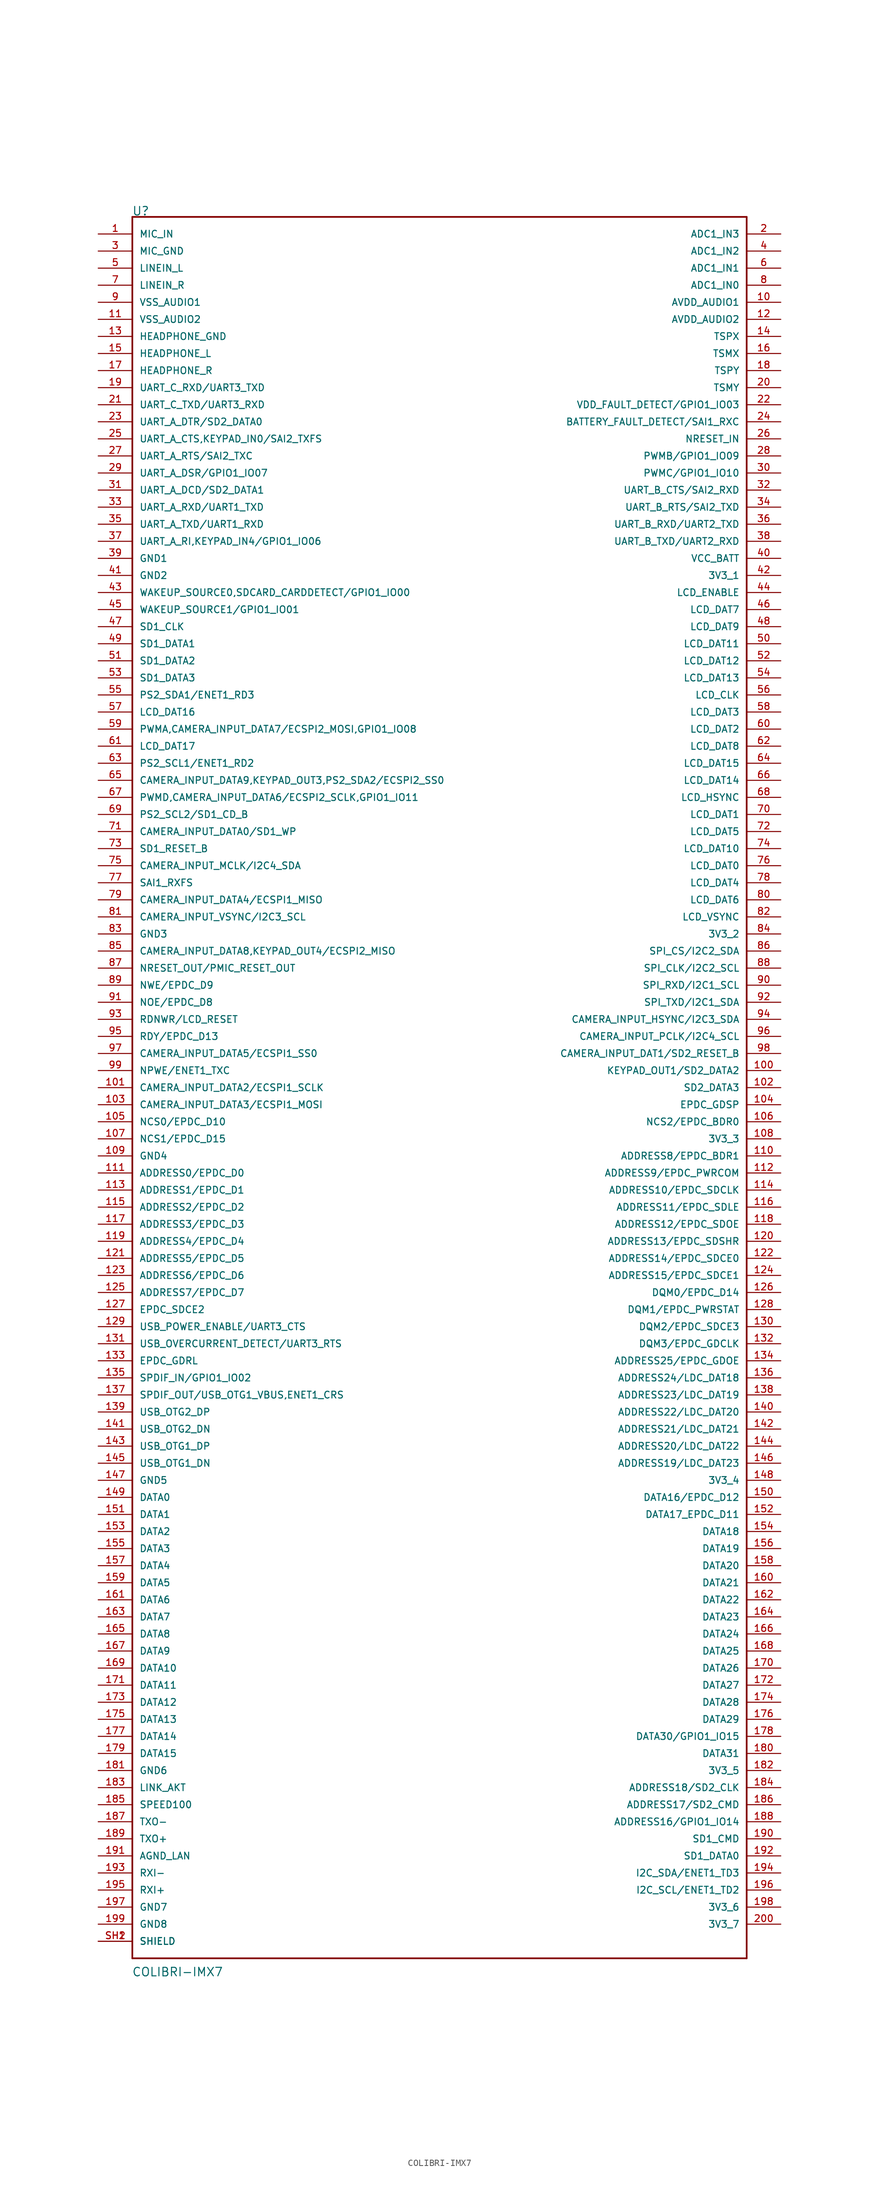
<source format=kicad_sym>
(kicad_symbol_lib
  (version 20201005)
  (generator kicad_symbol_editor)
  (symbol "goyman:COLIBRI-IMX7"
    (pin_names
      (offset 1.016))
    (property "Reference" "U"
      (at -45.771 129.667 0)
      (effects (font (size 1.27 1.27)) (justify left bottom)))
    (property "Value" "COLIBRI-IMX7"
      (at -45.796 -132.309 0)
      (effects (font (size 1.27 1.27)) (justify left bottom)))
    (property "ki_locked" ""
      (at 0 0 0)
      (effects (font (size 1.27 1.27))))
    (symbol "COLIBRI-IMX7_0_0"
      (polyline (pts (xy -45.72 -129.54) (xy -45.72 129.54)) (stroke (width 0.254)) (fill (type none)))
      (polyline (pts (xy -45.72 129.54) (xy 45.72 129.54)) (stroke (width 0.254)) (fill (type none)))
      (polyline (pts (xy 45.72 -129.54) (xy -45.72 -129.54)) (stroke (width 0.254)) (fill (type none)))
      (polyline (pts (xy 45.72 129.54) (xy 45.72 -129.54)) (stroke (width 0.254)) (fill (type none)))
      (pin passive line (at -50.8 127 0) (length 5.08) (name "MIC_IN" (effects (font (size 1.016 1.016)))) (number "1" (effects (font (size 1.016 1.016)))))
      (pin passive line (at 50.8 116.84 180) (length 5.08) (name "AVDD_AUDIO1" (effects (font (size 1.016 1.016)))) (number "10" (effects (font (size 1.016 1.016)))))
      (pin passive line (at 50.8 2.54 180) (length 5.08) (name "KEYPAD_OUT1/SD2_DATA2" (effects (font (size 1.016 1.016)))) (number "100" (effects (font (size 1.016 1.016)))))
      (pin passive line (at -50.8 0 0) (length 5.08) (name "CAMERA_INPUT_DATA2/ECSPI1_SCLK" (effects (font (size 1.016 1.016)))) (number "101" (effects (font (size 1.016 1.016)))))
      (pin passive line (at 50.8 0 180) (length 5.08) (name "SD2_DATA3" (effects (font (size 1.016 1.016)))) (number "102" (effects (font (size 1.016 1.016)))))
      (pin passive line (at -50.8 -2.54 0) (length 5.08) (name "CAMERA_INPUT_DATA3/ECSPI1_MOSI" (effects (font (size 1.016 1.016)))) (number "103" (effects (font (size 1.016 1.016)))))
      (pin passive line (at 50.8 -2.54 180) (length 5.08) (name "EPDC_GDSP" (effects (font (size 1.016 1.016)))) (number "104" (effects (font (size 1.016 1.016)))))
      (pin passive line (at -50.8 -5.08 0) (length 5.08) (name "NCS0/EPDC_D10" (effects (font (size 1.016 1.016)))) (number "105" (effects (font (size 1.016 1.016)))))
      (pin passive line (at 50.8 -5.08 180) (length 5.08) (name "NCS2/EPDC_BDR0" (effects (font (size 1.016 1.016)))) (number "106" (effects (font (size 1.016 1.016)))))
      (pin passive line (at -50.8 -7.62 0) (length 5.08) (name "NCS1/EPDC_D15" (effects (font (size 1.016 1.016)))) (number "107" (effects (font (size 1.016 1.016)))))
      (pin passive line (at 50.8 -7.62 180) (length 5.08) (name "3V3_3" (effects (font (size 1.016 1.016)))) (number "108" (effects (font (size 1.016 1.016)))))
      (pin passive line (at -50.8 -10.16 0) (length 5.08) (name "GND4" (effects (font (size 1.016 1.016)))) (number "109" (effects (font (size 1.016 1.016)))))
      (pin passive line (at -50.8 114.3 0) (length 5.08) (name "VSS_AUDIO2" (effects (font (size 1.016 1.016)))) (number "11" (effects (font (size 1.016 1.016)))))
      (pin passive line (at 50.8 -10.16 180) (length 5.08) (name "ADDRESS8/EPDC_BDR1" (effects (font (size 1.016 1.016)))) (number "110" (effects (font (size 1.016 1.016)))))
      (pin passive line (at -50.8 -12.7 0) (length 5.08) (name "ADDRESS0/EPDC_D0" (effects (font (size 1.016 1.016)))) (number "111" (effects (font (size 1.016 1.016)))))
      (pin passive line (at 50.8 -12.7 180) (length 5.08) (name "ADDRESS9/EPDC_PWRCOM" (effects (font (size 1.016 1.016)))) (number "112" (effects (font (size 1.016 1.016)))))
      (pin passive line (at -50.8 -15.24 0) (length 5.08) (name "ADDRESS1/EPDC_D1" (effects (font (size 1.016 1.016)))) (number "113" (effects (font (size 1.016 1.016)))))
      (pin passive line (at 50.8 -15.24 180) (length 5.08) (name "ADDRESS10/EPDC_SDCLK" (effects (font (size 1.016 1.016)))) (number "114" (effects (font (size 1.016 1.016)))))
      (pin passive line (at -50.8 -17.78 0) (length 5.08) (name "ADDRESS2/EPDC_D2" (effects (font (size 1.016 1.016)))) (number "115" (effects (font (size 1.016 1.016)))))
      (pin passive line (at 50.8 -17.78 180) (length 5.08) (name "ADDRESS11/EPDC_SDLE" (effects (font (size 1.016 1.016)))) (number "116" (effects (font (size 1.016 1.016)))))
      (pin passive line (at -50.8 -20.32 0) (length 5.08) (name "ADDRESS3/EPDC_D3" (effects (font (size 1.016 1.016)))) (number "117" (effects (font (size 1.016 1.016)))))
      (pin passive line (at 50.8 -20.32 180) (length 5.08) (name "ADDRESS12/EPDC_SDOE" (effects (font (size 1.016 1.016)))) (number "118" (effects (font (size 1.016 1.016)))))
      (pin passive line (at -50.8 -22.86 0) (length 5.08) (name "ADDRESS4/EPDC_D4" (effects (font (size 1.016 1.016)))) (number "119" (effects (font (size 1.016 1.016)))))
      (pin passive line (at 50.8 114.3 180) (length 5.08) (name "AVDD_AUDIO2" (effects (font (size 1.016 1.016)))) (number "12" (effects (font (size 1.016 1.016)))))
      (pin passive line (at 50.8 -22.86 180) (length 5.08) (name "ADDRESS13/EPDC_SDSHR" (effects (font (size 1.016 1.016)))) (number "120" (effects (font (size 1.016 1.016)))))
      (pin passive line (at -50.8 -25.4 0) (length 5.08) (name "ADDRESS5/EPDC_D5" (effects (font (size 1.016 1.016)))) (number "121" (effects (font (size 1.016 1.016)))))
      (pin passive line (at 50.8 -25.4 180) (length 5.08) (name "ADDRESS14/EPDC_SDCE0" (effects (font (size 1.016 1.016)))) (number "122" (effects (font (size 1.016 1.016)))))
      (pin passive line (at -50.8 -27.94 0) (length 5.08) (name "ADDRESS6/EPDC_D6" (effects (font (size 1.016 1.016)))) (number "123" (effects (font (size 1.016 1.016)))))
      (pin passive line (at 50.8 -27.94 180) (length 5.08) (name "ADDRESS15/EPDC_SDCE1" (effects (font (size 1.016 1.016)))) (number "124" (effects (font (size 1.016 1.016)))))
      (pin passive line (at -50.8 -30.48 0) (length 5.08) (name "ADDRESS7/EPDC_D7" (effects (font (size 1.016 1.016)))) (number "125" (effects (font (size 1.016 1.016)))))
      (pin passive line (at 50.8 -30.48 180) (length 5.08) (name "DQM0/EPDC_D14" (effects (font (size 1.016 1.016)))) (number "126" (effects (font (size 1.016 1.016)))))
      (pin passive line (at -50.8 -33.02 0) (length 5.08) (name "EPDC_SDCE2" (effects (font (size 1.016 1.016)))) (number "127" (effects (font (size 1.016 1.016)))))
      (pin passive line (at 50.8 -33.02 180) (length 5.08) (name "DQM1/EPDC_PWRSTAT" (effects (font (size 1.016 1.016)))) (number "128" (effects (font (size 1.016 1.016)))))
      (pin passive line (at -50.8 -35.56 0) (length 5.08) (name "USB_POWER_ENABLE/UART3_CTS" (effects (font (size 1.016 1.016)))) (number "129" (effects (font (size 1.016 1.016)))))
      (pin passive line (at -50.8 111.76 0) (length 5.08) (name "HEADPHONE_GND" (effects (font (size 1.016 1.016)))) (number "13" (effects (font (size 1.016 1.016)))))
      (pin passive line (at 50.8 -35.56 180) (length 5.08) (name "DQM2/EPDC_SDCE3" (effects (font (size 1.016 1.016)))) (number "130" (effects (font (size 1.016 1.016)))))
      (pin passive line (at -50.8 -38.1 0) (length 5.08) (name "USB_OVERCURRENT_DETECT/UART3_RTS" (effects (font (size 1.016 1.016)))) (number "131" (effects (font (size 1.016 1.016)))))
      (pin passive line (at 50.8 -38.1 180) (length 5.08) (name "DQM3/EPDC_GDCLK" (effects (font (size 1.016 1.016)))) (number "132" (effects (font (size 1.016 1.016)))))
      (pin passive line (at -50.8 -40.64 0) (length 5.08) (name "EPDC_GDRL" (effects (font (size 1.016 1.016)))) (number "133" (effects (font (size 1.016 1.016)))))
      (pin passive line (at 50.8 -40.64 180) (length 5.08) (name "ADDRESS25/EPDC_GDOE" (effects (font (size 1.016 1.016)))) (number "134" (effects (font (size 1.016 1.016)))))
      (pin passive line (at -50.8 -43.18 0) (length 5.08) (name "SPDIF_IN/GPIO1_IO02" (effects (font (size 1.016 1.016)))) (number "135" (effects (font (size 1.016 1.016)))))
      (pin passive line (at 50.8 -43.18 180) (length 5.08) (name "ADDRESS24/LDC_DAT18" (effects (font (size 1.016 1.016)))) (number "136" (effects (font (size 1.016 1.016)))))
      (pin passive line (at -50.8 -45.72 0) (length 5.08) (name "SPDIF_OUT/USB_OTG1_VBUS,ENET1_CRS" (effects (font (size 1.016 1.016)))) (number "137" (effects (font (size 1.016 1.016)))))
      (pin passive line (at 50.8 -45.72 180) (length 5.08) (name "ADDRESS23/LDC_DAT19" (effects (font (size 1.016 1.016)))) (number "138" (effects (font (size 1.016 1.016)))))
      (pin passive line (at -50.8 -48.26 0) (length 5.08) (name "USB_OTG2_DP" (effects (font (size 1.016 1.016)))) (number "139" (effects (font (size 1.016 1.016)))))
      (pin passive line (at 50.8 111.76 180) (length 5.08) (name "TSPX" (effects (font (size 1.016 1.016)))) (number "14" (effects (font (size 1.016 1.016)))))
      (pin passive line (at 50.8 -48.26 180) (length 5.08) (name "ADDRESS22/LDC_DAT20" (effects (font (size 1.016 1.016)))) (number "140" (effects (font (size 1.016 1.016)))))
      (pin passive line (at -50.8 -50.8 0) (length 5.08) (name "USB_OTG2_DN" (effects (font (size 1.016 1.016)))) (number "141" (effects (font (size 1.016 1.016)))))
      (pin passive line (at 50.8 -50.8 180) (length 5.08) (name "ADDRESS21/LDC_DAT21" (effects (font (size 1.016 1.016)))) (number "142" (effects (font (size 1.016 1.016)))))
      (pin passive line (at -50.8 -53.34 0) (length 5.08) (name "USB_OTG1_DP" (effects (font (size 1.016 1.016)))) (number "143" (effects (font (size 1.016 1.016)))))
      (pin passive line (at 50.8 -53.34 180) (length 5.08) (name "ADDRESS20/LDC_DAT22" (effects (font (size 1.016 1.016)))) (number "144" (effects (font (size 1.016 1.016)))))
      (pin passive line (at -50.8 -55.88 0) (length 5.08) (name "USB_OTG1_DN" (effects (font (size 1.016 1.016)))) (number "145" (effects (font (size 1.016 1.016)))))
      (pin passive line (at 50.8 -55.88 180) (length 5.08) (name "ADDRESS19/LDC_DAT23" (effects (font (size 1.016 1.016)))) (number "146" (effects (font (size 1.016 1.016)))))
      (pin passive line (at -50.8 -58.42 0) (length 5.08) (name "GND5" (effects (font (size 1.016 1.016)))) (number "147" (effects (font (size 1.016 1.016)))))
      (pin passive line (at 50.8 -58.42 180) (length 5.08) (name "3V3_4" (effects (font (size 1.016 1.016)))) (number "148" (effects (font (size 1.016 1.016)))))
      (pin passive line (at -50.8 -60.96 0) (length 5.08) (name "DATA0" (effects (font (size 1.016 1.016)))) (number "149" (effects (font (size 1.016 1.016)))))
      (pin passive line (at -50.8 109.22 0) (length 5.08) (name "HEADPHONE_L" (effects (font (size 1.016 1.016)))) (number "15" (effects (font (size 1.016 1.016)))))
      (pin passive line (at 50.8 -60.96 180) (length 5.08) (name "DATA16/EPDC_D12" (effects (font (size 1.016 1.016)))) (number "150" (effects (font (size 1.016 1.016)))))
      (pin passive line (at -50.8 -63.5 0) (length 5.08) (name "DATA1" (effects (font (size 1.016 1.016)))) (number "151" (effects (font (size 1.016 1.016)))))
      (pin passive line (at 50.8 -63.5 180) (length 5.08) (name "DATA17_EPDC_D11" (effects (font (size 1.016 1.016)))) (number "152" (effects (font (size 1.016 1.016)))))
      (pin passive line (at -50.8 -66.04 0) (length 5.08) (name "DATA2" (effects (font (size 1.016 1.016)))) (number "153" (effects (font (size 1.016 1.016)))))
      (pin passive line (at 50.8 -66.04 180) (length 5.08) (name "DATA18" (effects (font (size 1.016 1.016)))) (number "154" (effects (font (size 1.016 1.016)))))
      (pin passive line (at -50.8 -68.58 0) (length 5.08) (name "DATA3" (effects (font (size 1.016 1.016)))) (number "155" (effects (font (size 1.016 1.016)))))
      (pin passive line (at 50.8 -68.58 180) (length 5.08) (name "DATA19" (effects (font (size 1.016 1.016)))) (number "156" (effects (font (size 1.016 1.016)))))
      (pin passive line (at -50.8 -71.12 0) (length 5.08) (name "DATA4" (effects (font (size 1.016 1.016)))) (number "157" (effects (font (size 1.016 1.016)))))
      (pin passive line (at 50.8 -71.12 180) (length 5.08) (name "DATA20" (effects (font (size 1.016 1.016)))) (number "158" (effects (font (size 1.016 1.016)))))
      (pin passive line (at -50.8 -73.66 0) (length 5.08) (name "DATA5" (effects (font (size 1.016 1.016)))) (number "159" (effects (font (size 1.016 1.016)))))
      (pin passive line (at 50.8 109.22 180) (length 5.08) (name "TSMX" (effects (font (size 1.016 1.016)))) (number "16" (effects (font (size 1.016 1.016)))))
      (pin passive line (at 50.8 -73.66 180) (length 5.08) (name "DATA21" (effects (font (size 1.016 1.016)))) (number "160" (effects (font (size 1.016 1.016)))))
      (pin passive line (at -50.8 -76.2 0) (length 5.08) (name "DATA6" (effects (font (size 1.016 1.016)))) (number "161" (effects (font (size 1.016 1.016)))))
      (pin passive line (at 50.8 -76.2 180) (length 5.08) (name "DATA22" (effects (font (size 1.016 1.016)))) (number "162" (effects (font (size 1.016 1.016)))))
      (pin passive line (at -50.8 -78.74 0) (length 5.08) (name "DATA7" (effects (font (size 1.016 1.016)))) (number "163" (effects (font (size 1.016 1.016)))))
      (pin passive line (at 50.8 -78.74 180) (length 5.08) (name "DATA23" (effects (font (size 1.016 1.016)))) (number "164" (effects (font (size 1.016 1.016)))))
      (pin passive line (at -50.8 -81.28 0) (length 5.08) (name "DATA8" (effects (font (size 1.016 1.016)))) (number "165" (effects (font (size 1.016 1.016)))))
      (pin passive line (at 50.8 -81.28 180) (length 5.08) (name "DATA24" (effects (font (size 1.016 1.016)))) (number "166" (effects (font (size 1.016 1.016)))))
      (pin passive line (at -50.8 -83.82 0) (length 5.08) (name "DATA9" (effects (font (size 1.016 1.016)))) (number "167" (effects (font (size 1.016 1.016)))))
      (pin passive line (at 50.8 -83.82 180) (length 5.08) (name "DATA25" (effects (font (size 1.016 1.016)))) (number "168" (effects (font (size 1.016 1.016)))))
      (pin passive line (at -50.8 -86.36 0) (length 5.08) (name "DATA10" (effects (font (size 1.016 1.016)))) (number "169" (effects (font (size 1.016 1.016)))))
      (pin passive line (at -50.8 106.68 0) (length 5.08) (name "HEADPHONE_R" (effects (font (size 1.016 1.016)))) (number "17" (effects (font (size 1.016 1.016)))))
      (pin passive line (at 50.8 -86.36 180) (length 5.08) (name "DATA26" (effects (font (size 1.016 1.016)))) (number "170" (effects (font (size 1.016 1.016)))))
      (pin passive line (at -50.8 -88.9 0) (length 5.08) (name "DATA11" (effects (font (size 1.016 1.016)))) (number "171" (effects (font (size 1.016 1.016)))))
      (pin passive line (at 50.8 -88.9 180) (length 5.08) (name "DATA27" (effects (font (size 1.016 1.016)))) (number "172" (effects (font (size 1.016 1.016)))))
      (pin passive line (at -50.8 -91.44 0) (length 5.08) (name "DATA12" (effects (font (size 1.016 1.016)))) (number "173" (effects (font (size 1.016 1.016)))))
      (pin passive line (at 50.8 -91.44 180) (length 5.08) (name "DATA28" (effects (font (size 1.016 1.016)))) (number "174" (effects (font (size 1.016 1.016)))))
      (pin passive line (at -50.8 -93.98 0) (length 5.08) (name "DATA13" (effects (font (size 1.016 1.016)))) (number "175" (effects (font (size 1.016 1.016)))))
      (pin passive line (at 50.8 -93.98 180) (length 5.08) (name "DATA29" (effects (font (size 1.016 1.016)))) (number "176" (effects (font (size 1.016 1.016)))))
      (pin passive line (at -50.8 -96.52 0) (length 5.08) (name "DATA14" (effects (font (size 1.016 1.016)))) (number "177" (effects (font (size 1.016 1.016)))))
      (pin passive line (at 50.8 -96.52 180) (length 5.08) (name "DATA30/GPIO1_IO15" (effects (font (size 1.016 1.016)))) (number "178" (effects (font (size 1.016 1.016)))))
      (pin passive line (at -50.8 -99.06 0) (length 5.08) (name "DATA15" (effects (font (size 1.016 1.016)))) (number "179" (effects (font (size 1.016 1.016)))))
      (pin passive line (at 50.8 106.68 180) (length 5.08) (name "TSPY" (effects (font (size 1.016 1.016)))) (number "18" (effects (font (size 1.016 1.016)))))
      (pin passive line (at 50.8 -99.06 180) (length 5.08) (name "DATA31" (effects (font (size 1.016 1.016)))) (number "180" (effects (font (size 1.016 1.016)))))
      (pin passive line (at -50.8 -101.6 0) (length 5.08) (name "GND6" (effects (font (size 1.016 1.016)))) (number "181" (effects (font (size 1.016 1.016)))))
      (pin passive line (at 50.8 -101.6 180) (length 5.08) (name "3V3_5" (effects (font (size 1.016 1.016)))) (number "182" (effects (font (size 1.016 1.016)))))
      (pin passive line (at -50.8 -104.14 0) (length 5.08) (name "LINK_AKT" (effects (font (size 1.016 1.016)))) (number "183" (effects (font (size 1.016 1.016)))))
      (pin passive line (at 50.8 -104.14 180) (length 5.08) (name "ADDRESS18/SD2_CLK" (effects (font (size 1.016 1.016)))) (number "184" (effects (font (size 1.016 1.016)))))
      (pin passive line (at -50.8 -106.68 0) (length 5.08) (name "SPEED100" (effects (font (size 1.016 1.016)))) (number "185" (effects (font (size 1.016 1.016)))))
      (pin passive line (at 50.8 -106.68 180) (length 5.08) (name "ADDRESS17/SD2_CMD" (effects (font (size 1.016 1.016)))) (number "186" (effects (font (size 1.016 1.016)))))
      (pin passive line (at -50.8 -109.22 0) (length 5.08) (name "TXO-" (effects (font (size 1.016 1.016)))) (number "187" (effects (font (size 1.016 1.016)))))
      (pin passive line (at 50.8 -109.22 180) (length 5.08) (name "ADDRESS16/GPIO1_IO14" (effects (font (size 1.016 1.016)))) (number "188" (effects (font (size 1.016 1.016)))))
      (pin passive line (at -50.8 -111.76 0) (length 5.08) (name "TXO+" (effects (font (size 1.016 1.016)))) (number "189" (effects (font (size 1.016 1.016)))))
      (pin passive line (at -50.8 104.14 0) (length 5.08) (name "UART_C_RXD/UART3_TXD" (effects (font (size 1.016 1.016)))) (number "19" (effects (font (size 1.016 1.016)))))
      (pin passive line (at 50.8 -111.76 180) (length 5.08) (name "SD1_CMD" (effects (font (size 1.016 1.016)))) (number "190" (effects (font (size 1.016 1.016)))))
      (pin passive line (at -50.8 -114.3 0) (length 5.08) (name "AGND_LAN" (effects (font (size 1.016 1.016)))) (number "191" (effects (font (size 1.016 1.016)))))
      (pin passive line (at 50.8 -114.3 180) (length 5.08) (name "SD1_DATA0" (effects (font (size 1.016 1.016)))) (number "192" (effects (font (size 1.016 1.016)))))
      (pin passive line (at -50.8 -116.84 0) (length 5.08) (name "RXI-" (effects (font (size 1.016 1.016)))) (number "193" (effects (font (size 1.016 1.016)))))
      (pin passive line (at 50.8 -116.84 180) (length 5.08) (name "I2C_SDA/ENET1_TD3" (effects (font (size 1.016 1.016)))) (number "194" (effects (font (size 1.016 1.016)))))
      (pin passive line (at -50.8 -119.38 0) (length 5.08) (name "RXI+" (effects (font (size 1.016 1.016)))) (number "195" (effects (font (size 1.016 1.016)))))
      (pin passive line (at 50.8 -119.38 180) (length 5.08) (name "I2C_SCL/ENET1_TD2" (effects (font (size 1.016 1.016)))) (number "196" (effects (font (size 1.016 1.016)))))
      (pin passive line (at -50.8 -121.92 0) (length 5.08) (name "GND7" (effects (font (size 1.016 1.016)))) (number "197" (effects (font (size 1.016 1.016)))))
      (pin passive line (at 50.8 -121.92 180) (length 5.08) (name "3V3_6" (effects (font (size 1.016 1.016)))) (number "198" (effects (font (size 1.016 1.016)))))
      (pin passive line (at -50.8 -124.46 0) (length 5.08) (name "GND8" (effects (font (size 1.016 1.016)))) (number "199" (effects (font (size 1.016 1.016)))))
      (pin passive line (at 50.8 127 180) (length 5.08) (name "ADC1_IN3" (effects (font (size 1.016 1.016)))) (number "2" (effects (font (size 1.016 1.016)))))
      (pin passive line (at 50.8 104.14 180) (length 5.08) (name "TSMY" (effects (font (size 1.016 1.016)))) (number "20" (effects (font (size 1.016 1.016)))))
      (pin passive line (at 50.8 -124.46 180) (length 5.08) (name "3V3_7" (effects (font (size 1.016 1.016)))) (number "200" (effects (font (size 1.016 1.016)))))
      (pin passive line (at -50.8 101.6 0) (length 5.08) (name "UART_C_TXD/UART3_RXD" (effects (font (size 1.016 1.016)))) (number "21" (effects (font (size 1.016 1.016)))))
      (pin passive line (at 50.8 101.6 180) (length 5.08) (name "VDD_FAULT_DETECT/GPIO1_IO03" (effects (font (size 1.016 1.016)))) (number "22" (effects (font (size 1.016 1.016)))))
      (pin passive line (at -50.8 99.06 0) (length 5.08) (name "UART_A_DTR/SD2_DATA0" (effects (font (size 1.016 1.016)))) (number "23" (effects (font (size 1.016 1.016)))))
      (pin passive line (at 50.8 99.06 180) (length 5.08) (name "BATTERY_FAULT_DETECT/SAI1_RXC" (effects (font (size 1.016 1.016)))) (number "24" (effects (font (size 1.016 1.016)))))
      (pin passive line (at -50.8 96.52 0) (length 5.08) (name "UART_A_CTS,KEYPAD_IN0/SAI2_TXFS" (effects (font (size 1.016 1.016)))) (number "25" (effects (font (size 1.016 1.016)))))
      (pin passive line (at 50.8 96.52 180) (length 5.08) (name "NRESET_IN" (effects (font (size 1.016 1.016)))) (number "26" (effects (font (size 1.016 1.016)))))
      (pin passive line (at -50.8 93.98 0) (length 5.08) (name "UART_A_RTS/SAI2_TXC" (effects (font (size 1.016 1.016)))) (number "27" (effects (font (size 1.016 1.016)))))
      (pin passive line (at 50.8 93.98 180) (length 5.08) (name "PWMB/GPIO1_IO09" (effects (font (size 1.016 1.016)))) (number "28" (effects (font (size 1.016 1.016)))))
      (pin passive line (at -50.8 91.44 0) (length 5.08) (name "UART_A_DSR/GPIO1_IO07" (effects (font (size 1.016 1.016)))) (number "29" (effects (font (size 1.016 1.016)))))
      (pin passive line (at -50.8 124.46 0) (length 5.08) (name "MIC_GND" (effects (font (size 1.016 1.016)))) (number "3" (effects (font (size 1.016 1.016)))))
      (pin passive line (at 50.8 91.44 180) (length 5.08) (name "PWMC/GPIO1_IO10" (effects (font (size 1.016 1.016)))) (number "30" (effects (font (size 1.016 1.016)))))
      (pin passive line (at -50.8 88.9 0) (length 5.08) (name "UART_A_DCD/SD2_DATA1" (effects (font (size 1.016 1.016)))) (number "31" (effects (font (size 1.016 1.016)))))
      (pin passive line (at 50.8 88.9 180) (length 5.08) (name "UART_B_CTS/SAI2_RXD" (effects (font (size 1.016 1.016)))) (number "32" (effects (font (size 1.016 1.016)))))
      (pin passive line (at -50.8 86.36 0) (length 5.08) (name "UART_A_RXD/UART1_TXD" (effects (font (size 1.016 1.016)))) (number "33" (effects (font (size 1.016 1.016)))))
      (pin passive line (at 50.8 86.36 180) (length 5.08) (name "UART_B_RTS/SAI2_TXD" (effects (font (size 1.016 1.016)))) (number "34" (effects (font (size 1.016 1.016)))))
      (pin passive line (at -50.8 83.82 0) (length 5.08) (name "UART_A_TXD/UART1_RXD" (effects (font (size 1.016 1.016)))) (number "35" (effects (font (size 1.016 1.016)))))
      (pin passive line (at 50.8 83.82 180) (length 5.08) (name "UART_B_RXD/UART2_TXD" (effects (font (size 1.016 1.016)))) (number "36" (effects (font (size 1.016 1.016)))))
      (pin passive line (at -50.8 81.28 0) (length 5.08) (name "UART_A_RI,KEYPAD_IN4/GPIO1_IO06" (effects (font (size 1.016 1.016)))) (number "37" (effects (font (size 1.016 1.016)))))
      (pin passive line (at 50.8 81.28 180) (length 5.08) (name "UART_B_TXD/UART2_RXD" (effects (font (size 1.016 1.016)))) (number "38" (effects (font (size 1.016 1.016)))))
      (pin passive line (at -50.8 78.74 0) (length 5.08) (name "GND1" (effects (font (size 1.016 1.016)))) (number "39" (effects (font (size 1.016 1.016)))))
      (pin passive line (at 50.8 124.46 180) (length 5.08) (name "ADC1_IN2" (effects (font (size 1.016 1.016)))) (number "4" (effects (font (size 1.016 1.016)))))
      (pin passive line (at 50.8 78.74 180) (length 5.08) (name "VCC_BATT" (effects (font (size 1.016 1.016)))) (number "40" (effects (font (size 1.016 1.016)))))
      (pin passive line (at -50.8 76.2 0) (length 5.08) (name "GND2" (effects (font (size 1.016 1.016)))) (number "41" (effects (font (size 1.016 1.016)))))
      (pin passive line (at 50.8 76.2 180) (length 5.08) (name "3V3_1" (effects (font (size 1.016 1.016)))) (number "42" (effects (font (size 1.016 1.016)))))
      (pin passive line (at -50.8 73.66 0) (length 5.08) (name "WAKEUP_SOURCE0,SDCARD_CARDDETECT/GPIO1_IO00" (effects (font (size 1.016 1.016)))) (number "43" (effects (font (size 1.016 1.016)))))
      (pin passive line (at 50.8 73.66 180) (length 5.08) (name "LCD_ENABLE" (effects (font (size 1.016 1.016)))) (number "44" (effects (font (size 1.016 1.016)))))
      (pin passive line (at -50.8 71.12 0) (length 5.08) (name "WAKEUP_SOURCE1/GPIO1_IO01" (effects (font (size 1.016 1.016)))) (number "45" (effects (font (size 1.016 1.016)))))
      (pin passive line (at 50.8 71.12 180) (length 5.08) (name "LCD_DAT7" (effects (font (size 1.016 1.016)))) (number "46" (effects (font (size 1.016 1.016)))))
      (pin passive line (at -50.8 68.58 0) (length 5.08) (name "SD1_CLK" (effects (font (size 1.016 1.016)))) (number "47" (effects (font (size 1.016 1.016)))))
      (pin passive line (at 50.8 68.58 180) (length 5.08) (name "LCD_DAT9" (effects (font (size 1.016 1.016)))) (number "48" (effects (font (size 1.016 1.016)))))
      (pin passive line (at -50.8 66.04 0) (length 5.08) (name "SD1_DATA1" (effects (font (size 1.016 1.016)))) (number "49" (effects (font (size 1.016 1.016)))))
      (pin passive line (at -50.8 121.92 0) (length 5.08) (name "LINEIN_L" (effects (font (size 1.016 1.016)))) (number "5" (effects (font (size 1.016 1.016)))))
      (pin passive line (at 50.8 66.04 180) (length 5.08) (name "LCD_DAT11" (effects (font (size 1.016 1.016)))) (number "50" (effects (font (size 1.016 1.016)))))
      (pin passive line (at -50.8 63.5 0) (length 5.08) (name "SD1_DATA2" (effects (font (size 1.016 1.016)))) (number "51" (effects (font (size 1.016 1.016)))))
      (pin passive line (at 50.8 63.5 180) (length 5.08) (name "LCD_DAT12" (effects (font (size 1.016 1.016)))) (number "52" (effects (font (size 1.016 1.016)))))
      (pin passive line (at -50.8 60.96 0) (length 5.08) (name "SD1_DATA3" (effects (font (size 1.016 1.016)))) (number "53" (effects (font (size 1.016 1.016)))))
      (pin passive line (at 50.8 60.96 180) (length 5.08) (name "LCD_DAT13" (effects (font (size 1.016 1.016)))) (number "54" (effects (font (size 1.016 1.016)))))
      (pin passive line (at -50.8 58.42 0) (length 5.08) (name "PS2_SDA1/ENET1_RD3" (effects (font (size 1.016 1.016)))) (number "55" (effects (font (size 1.016 1.016)))))
      (pin passive line (at 50.8 58.42 180) (length 5.08) (name "LCD_CLK" (effects (font (size 1.016 1.016)))) (number "56" (effects (font (size 1.016 1.016)))))
      (pin passive line (at -50.8 55.88 0) (length 5.08) (name "LCD_DAT16" (effects (font (size 1.016 1.016)))) (number "57" (effects (font (size 1.016 1.016)))))
      (pin passive line (at 50.8 55.88 180) (length 5.08) (name "LCD_DAT3" (effects (font (size 1.016 1.016)))) (number "58" (effects (font (size 1.016 1.016)))))
      (pin passive line (at -50.8 53.34 0) (length 5.08) (name "PWMA,CAMERA_INPUT_DATA7/ECSPI2_MOSI,GPIO1_IO08" (effects (font (size 1.016 1.016)))) (number "59" (effects (font (size 1.016 1.016)))))
      (pin passive line (at 50.8 121.92 180) (length 5.08) (name "ADC1_IN1" (effects (font (size 1.016 1.016)))) (number "6" (effects (font (size 1.016 1.016)))))
      (pin passive line (at 50.8 53.34 180) (length 5.08) (name "LCD_DAT2" (effects (font (size 1.016 1.016)))) (number "60" (effects (font (size 1.016 1.016)))))
      (pin passive line (at -50.8 50.8 0) (length 5.08) (name "LCD_DAT17" (effects (font (size 1.016 1.016)))) (number "61" (effects (font (size 1.016 1.016)))))
      (pin passive line (at 50.8 50.8 180) (length 5.08) (name "LCD_DAT8" (effects (font (size 1.016 1.016)))) (number "62" (effects (font (size 1.016 1.016)))))
      (pin passive line (at -50.8 48.26 0) (length 5.08) (name "PS2_SCL1/ENET1_RD2" (effects (font (size 1.016 1.016)))) (number "63" (effects (font (size 1.016 1.016)))))
      (pin passive line (at 50.8 48.26 180) (length 5.08) (name "LCD_DAT15" (effects (font (size 1.016 1.016)))) (number "64" (effects (font (size 1.016 1.016)))))
      (pin passive line (at -50.8 45.72 0) (length 5.08) (name "CAMERA_INPUT_DATA9,KEYPAD_OUT3,PS2_SDA2/ECSPI2_SS0" (effects (font (size 1.016 1.016)))) (number "65" (effects (font (size 1.016 1.016)))))
      (pin passive line (at 50.8 45.72 180) (length 5.08) (name "LCD_DAT14" (effects (font (size 1.016 1.016)))) (number "66" (effects (font (size 1.016 1.016)))))
      (pin passive line (at -50.8 43.18 0) (length 5.08) (name "PWMD,CAMERA_INPUT_DATA6/ECSPI2_SCLK,GPIO1_IO11" (effects (font (size 1.016 1.016)))) (number "67" (effects (font (size 1.016 1.016)))))
      (pin passive line (at 50.8 43.18 180) (length 5.08) (name "LCD_HSYNC" (effects (font (size 1.016 1.016)))) (number "68" (effects (font (size 1.016 1.016)))))
      (pin passive line (at -50.8 40.64 0) (length 5.08) (name "PS2_SCL2/SD1_CD_B" (effects (font (size 1.016 1.016)))) (number "69" (effects (font (size 1.016 1.016)))))
      (pin passive line (at -50.8 119.38 0) (length 5.08) (name "LINEIN_R" (effects (font (size 1.016 1.016)))) (number "7" (effects (font (size 1.016 1.016)))))
      (pin passive line (at 50.8 40.64 180) (length 5.08) (name "LCD_DAT1" (effects (font (size 1.016 1.016)))) (number "70" (effects (font (size 1.016 1.016)))))
      (pin passive line (at -50.8 38.1 0) (length 5.08) (name "CAMERA_INPUT_DATA0/SD1_WP" (effects (font (size 1.016 1.016)))) (number "71" (effects (font (size 1.016 1.016)))))
      (pin passive line (at 50.8 38.1 180) (length 5.08) (name "LCD_DAT5" (effects (font (size 1.016 1.016)))) (number "72" (effects (font (size 1.016 1.016)))))
      (pin passive line (at -50.8 35.56 0) (length 5.08) (name "SD1_RESET_B" (effects (font (size 1.016 1.016)))) (number "73" (effects (font (size 1.016 1.016)))))
      (pin passive line (at 50.8 35.56 180) (length 5.08) (name "LCD_DAT10" (effects (font (size 1.016 1.016)))) (number "74" (effects (font (size 1.016 1.016)))))
      (pin passive line (at -50.8 33.02 0) (length 5.08) (name "CAMERA_INPUT_MCLK/I2C4_SDA" (effects (font (size 1.016 1.016)))) (number "75" (effects (font (size 1.016 1.016)))))
      (pin passive line (at 50.8 33.02 180) (length 5.08) (name "LCD_DAT0" (effects (font (size 1.016 1.016)))) (number "76" (effects (font (size 1.016 1.016)))))
      (pin passive line (at -50.8 30.48 0) (length 5.08) (name "SAI1_RXFS" (effects (font (size 1.016 1.016)))) (number "77" (effects (font (size 1.016 1.016)))))
      (pin passive line (at 50.8 30.48 180) (length 5.08) (name "LCD_DAT4" (effects (font (size 1.016 1.016)))) (number "78" (effects (font (size 1.016 1.016)))))
      (pin passive line (at -50.8 27.94 0) (length 5.08) (name "CAMERA_INPUT_DATA4/ECSPI1_MISO" (effects (font (size 1.016 1.016)))) (number "79" (effects (font (size 1.016 1.016)))))
      (pin passive line (at 50.8 119.38 180) (length 5.08) (name "ADC1_IN0" (effects (font (size 1.016 1.016)))) (number "8" (effects (font (size 1.016 1.016)))))
      (pin passive line (at 50.8 27.94 180) (length 5.08) (name "LCD_DAT6" (effects (font (size 1.016 1.016)))) (number "80" (effects (font (size 1.016 1.016)))))
      (pin passive line (at -50.8 25.4 0) (length 5.08) (name "CAMERA_INPUT_VSYNC/I2C3_SCL" (effects (font (size 1.016 1.016)))) (number "81" (effects (font (size 1.016 1.016)))))
      (pin passive line (at 50.8 25.4 180) (length 5.08) (name "LCD_VSYNC" (effects (font (size 1.016 1.016)))) (number "82" (effects (font (size 1.016 1.016)))))
      (pin passive line (at -50.8 22.86 0) (length 5.08) (name "GND3" (effects (font (size 1.016 1.016)))) (number "83" (effects (font (size 1.016 1.016)))))
      (pin passive line (at 50.8 22.86 180) (length 5.08) (name "3V3_2" (effects (font (size 1.016 1.016)))) (number "84" (effects (font (size 1.016 1.016)))))
      (pin passive line (at -50.8 20.32 0) (length 5.08) (name "CAMERA_INPUT_DATA8,KEYPAD_OUT4/ECSPI2_MISO" (effects (font (size 1.016 1.016)))) (number "85" (effects (font (size 1.016 1.016)))))
      (pin passive line (at 50.8 20.32 180) (length 5.08) (name "SPI_CS/I2C2_SDA" (effects (font (size 1.016 1.016)))) (number "86" (effects (font (size 1.016 1.016)))))
      (pin passive line (at -50.8 17.78 0) (length 5.08) (name "NRESET_OUT/PMIC_RESET_OUT" (effects (font (size 1.016 1.016)))) (number "87" (effects (font (size 1.016 1.016)))))
      (pin passive line (at 50.8 17.78 180) (length 5.08) (name "SPI_CLK/I2C2_SCL" (effects (font (size 1.016 1.016)))) (number "88" (effects (font (size 1.016 1.016)))))
      (pin passive line (at -50.8 15.24 0) (length 5.08) (name "NWE/EPDC_D9" (effects (font (size 1.016 1.016)))) (number "89" (effects (font (size 1.016 1.016)))))
      (pin passive line (at -50.8 116.84 0) (length 5.08) (name "VSS_AUDIO1" (effects (font (size 1.016 1.016)))) (number "9" (effects (font (size 1.016 1.016)))))
      (pin passive line (at 50.8 15.24 180) (length 5.08) (name "SPI_RXD/I2C1_SCL" (effects (font (size 1.016 1.016)))) (number "90" (effects (font (size 1.016 1.016)))))
      (pin passive line (at -50.8 12.7 0) (length 5.08) (name "NOE/EPDC_D8" (effects (font (size 1.016 1.016)))) (number "91" (effects (font (size 1.016 1.016)))))
      (pin passive line (at 50.8 12.7 180) (length 5.08) (name "SPI_TXD/I2C1_SDA" (effects (font (size 1.016 1.016)))) (number "92" (effects (font (size 1.016 1.016)))))
      (pin passive line (at -50.8 10.16 0) (length 5.08) (name "RDNWR/LCD_RESET" (effects (font (size 1.016 1.016)))) (number "93" (effects (font (size 1.016 1.016)))))
      (pin passive line (at 50.8 10.16 180) (length 5.08) (name "CAMERA_INPUT_HSYNC/I2C3_SDA" (effects (font (size 1.016 1.016)))) (number "94" (effects (font (size 1.016 1.016)))))
      (pin passive line (at -50.8 7.62 0) (length 5.08) (name "RDY/EPDC_D13" (effects (font (size 1.016 1.016)))) (number "95" (effects (font (size 1.016 1.016)))))
      (pin passive line (at 50.8 7.62 180) (length 5.08) (name "CAMERA_INPUT_PCLK/I2C4_SCL" (effects (font (size 1.016 1.016)))) (number "96" (effects (font (size 1.016 1.016)))))
      (pin passive line (at -50.8 5.08 0) (length 5.08) (name "CAMERA_INPUT_DATA5/ECSPI1_SS0" (effects (font (size 1.016 1.016)))) (number "97" (effects (font (size 1.016 1.016)))))
      (pin passive line (at 50.8 5.08 180) (length 5.08) (name "CAMERA_INPUT_DAT1/SD2_RESET_B" (effects (font (size 1.016 1.016)))) (number "98" (effects (font (size 1.016 1.016)))))
      (pin passive line (at -50.8 2.54 0) (length 5.08) (name "NPWE/ENET1_TXC" (effects (font (size 1.016 1.016)))) (number "99" (effects (font (size 1.016 1.016)))))
      (pin power_in line (at -50.8 -127 0) (length 5.08) (name "SHIELD" (effects (font (size 1.016 1.016)))) (number "SH1" (effects (font (size 1.016 1.016)))))
      (pin power_in line (at -50.8 -127 0) (length 5.08) (name "SHIELD" (effects (font (size 1.016 1.016)))) (number "SH2" (effects (font (size 1.016 1.016))))))))
</source>
